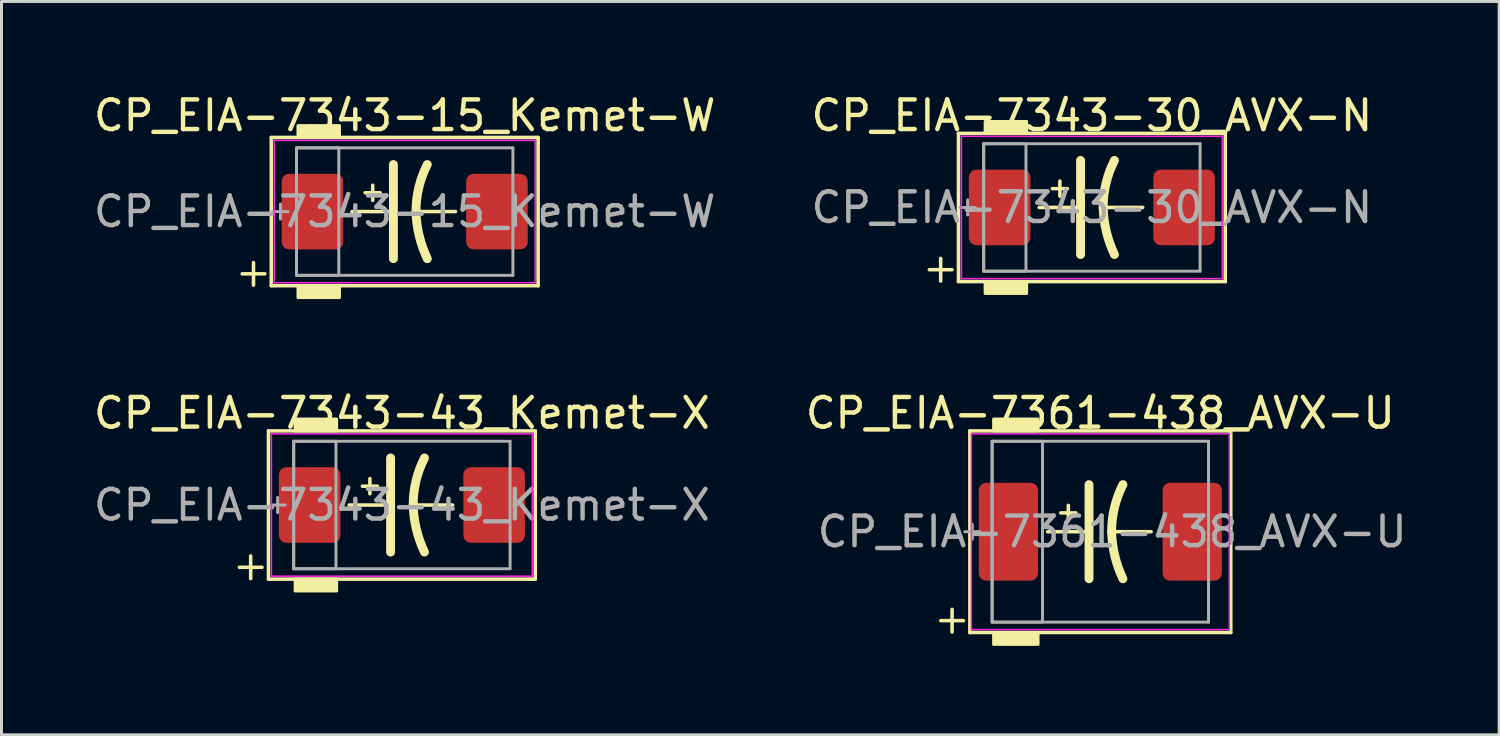
<source format=kicad_pcb>
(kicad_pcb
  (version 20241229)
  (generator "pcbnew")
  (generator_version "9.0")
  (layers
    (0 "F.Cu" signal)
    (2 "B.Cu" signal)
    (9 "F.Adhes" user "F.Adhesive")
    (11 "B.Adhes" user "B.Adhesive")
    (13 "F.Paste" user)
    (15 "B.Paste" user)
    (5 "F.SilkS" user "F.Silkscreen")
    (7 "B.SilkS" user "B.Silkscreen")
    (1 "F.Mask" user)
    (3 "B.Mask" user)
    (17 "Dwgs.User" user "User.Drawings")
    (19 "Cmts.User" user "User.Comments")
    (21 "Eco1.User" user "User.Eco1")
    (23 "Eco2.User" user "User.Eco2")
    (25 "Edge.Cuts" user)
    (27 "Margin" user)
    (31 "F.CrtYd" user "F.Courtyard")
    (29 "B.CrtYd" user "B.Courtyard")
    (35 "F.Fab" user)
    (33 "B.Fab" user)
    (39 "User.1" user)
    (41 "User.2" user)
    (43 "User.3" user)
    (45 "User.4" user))
  (footprint "CP_EIA-7361-438_AVX-U"
    (layer "F.Cu")
    (at 34.065 14.885)
    (property "Reference" "CP_EIA-7361-438_AVX-U" (at 0 -4 0) (layer "F.SilkS") (effects (font (size 1 1) (thickness 0.15))))
    (attr smd)
    (fp_line (start -5.381 3) (end -4.619 3) (stroke (width 0.12) (type solid)) (layer "F.SilkS"))
    (fp_line (start -5 2.619) (end -5 3.381) (stroke (width 0.12) (type solid)) (layer "F.SilkS"))
    (fp_line (start -4.4 -3.4) (end -4.4 3.4) (stroke (width 0.12) (type solid)) (layer "F.SilkS"))
    (fp_line (start -4.4 3.4) (end 4.4 3.4) (stroke (width 0.12) (type solid)) (layer "F.SilkS"))
    (fp_line (start -1.778 0) (end -0.381 0) (stroke (width 0.12) (type solid)) (layer "F.SilkS"))
    (fp_line (start -1.079 -0.381) (end -1.079 -0.889) (stroke (width 0.12) (type solid)) (layer "F.SilkS"))
    (fp_line (start -0.826 -0.635) (end -1.333 -0.635) (stroke (width 0.12) (type solid)) (layer "F.SilkS"))
    (fp_line (start -0.381 -1.587) (end -0.381 1.587) (stroke (width 0.3) (type solid)) (layer "F.SilkS"))
    (fp_line (start 1.714 0) (end 0.381 0) (stroke (width 0.12) (type solid)) (layer "F.SilkS"))
    (fp_line (start 4.4 -3.4) (end -4.4 -3.4) (stroke (width 0.12) (type solid)) (layer "F.SilkS"))
    (fp_line (start 4.4 3.4) (end 4.4 -3.4) (stroke (width 0.12) (type solid)) (layer "F.SilkS"))
    (fp_arc (start 0.381 0) (mid 0.477553 -0.816297) (end 0.762 -1.5875) (stroke (width 0.3) (type solid)) (layer "F.SilkS"))
    (fp_arc (start 0.762 1.5875) (mid 0.488774 0.813604) (end 0.381 0) (stroke (width 0.3) (type solid)) (layer "F.SilkS"))
    (fp_poly (pts (xy -2.1 -3.4) (xy -3.6 -3.4) (xy -3.6 -3.8) (xy -2.1 -3.8)) (stroke (width 0.1) (type solid)) (fill yes) (layer "F.SilkS"))
    (fp_poly (pts (xy -2.1 3.8) (xy -3.6 3.8) (xy -3.6 3.4) (xy -2.1 3.4)) (stroke (width 0.1) (type solid)) (fill yes) (layer "F.SilkS"))
    (fp_line (start -4.35 -3.3) (end 4.35 -3.3) (stroke (width 0.05) (type solid)) (layer "F.CrtYd"))
    (fp_line (start -4.35 3.3) (end -4.35 -3.3) (stroke (width 0.05) (type solid)) (layer "F.CrtYd"))
    (fp_line (start 4.35 -3.3) (end 4.35 3.3) (stroke (width 0.05) (type solid)) (layer "F.CrtYd"))
    (fp_line (start 4.35 3.3) (end -4.35 3.3) (stroke (width 0.05) (type solid)) (layer "F.CrtYd"))
    (fp_line (start -4.318 -0.254) (end -4.318 0.254) (stroke (width 0.1) (type solid)) (layer "F.Fab"))
    (fp_line (start -4.064 0) (end -4.572 0) (stroke (width 0.1) (type solid)) (layer "F.Fab"))
    (fp_line (start -3.65 -3.05) (end -3.65 3.05) (stroke (width 0.1) (type solid)) (layer "F.Fab"))
    (fp_line (start -3.65 3.05) (end 3.65 3.05) (stroke (width 0.1) (type solid)) (layer "F.Fab"))
    (fp_line (start 3.65 -3.05) (end -3.65 -3.05) (stroke (width 0.1) (type solid)) (layer "F.Fab"))
    (fp_line (start 3.65 3.05) (end 3.65 -3.05) (stroke (width 0.1) (type solid)) (layer "F.Fab"))
    (fp_rect (start -3.65 -3.05) (end -1.95 3.05) (stroke (width 0.1) (type solid)) (fill no) (layer "F.Fab"))
    (fp_text user "${REFERENCE}" (at 0.4 0 0) (layer "F.Fab") (effects (font (size 1 1) (thickness 0.15))))
    (pad "1" smd roundrect (at -3.1 0) (size 2 3.3) (layers "F.Cu" "F.Mask" "F.Paste") (roundrect_rratio 0.125))
    (pad "2" smd roundrect (at 3.1 0) (size 2 3.3) (layers "F.Cu" "F.Mask" "F.Paste") (roundrect_rratio 0.125)))
  (footprint "CP_EIA-7343-43_Kemet-X"
    (layer "F.Cu")
    (at 10.506 13.985)
    (property "Reference" "CP_EIA-7343-43_Kemet-X" (at 0 -3.1 0) (layer "F.SilkS") (effects (font (size 1 1) (thickness 0.15))))
    (attr smd)
    (fp_line (start -5.481 2.1) (end -4.719 2.1) (stroke (width 0.12) (type solid)) (layer "F.SilkS"))
    (fp_line (start -5.1 1.719) (end -5.1 2.481) (stroke (width 0.12) (type solid)) (layer "F.SilkS"))
    (fp_line (start -4.5 -2.5) (end -4.5 2.5) (stroke (width 0.12) (type solid)) (layer "F.SilkS"))
    (fp_line (start -4.5 2.5) (end 4.5 2.5) (stroke (width 0.12) (type solid)) (layer "F.SilkS"))
    (fp_line (start -1.778 0) (end -0.381 0) (stroke (width 0.12) (type solid)) (layer "F.SilkS"))
    (fp_line (start -1.079 -0.381) (end -1.079 -0.889) (stroke (width 0.12) (type solid)) (layer "F.SilkS"))
    (fp_line (start -0.826 -0.635) (end -1.333 -0.635) (stroke (width 0.12) (type solid)) (layer "F.SilkS"))
    (fp_line (start -0.381 -1.587) (end -0.381 1.587) (stroke (width 0.3) (type solid)) (layer "F.SilkS"))
    (fp_line (start 1.714 0) (end 0.381 0) (stroke (width 0.12) (type solid)) (layer "F.SilkS"))
    (fp_line (start 4.5 -2.5) (end -4.5 -2.5) (stroke (width 0.12) (type solid)) (layer "F.SilkS"))
    (fp_line (start 4.5 2.5) (end 4.5 -2.5) (stroke (width 0.12) (type solid)) (layer "F.SilkS"))
    (fp_arc (start 0.381 0) (mid 0.477553 -0.816297) (end 0.762 -1.5875) (stroke (width 0.3) (type solid)) (layer "F.SilkS"))
    (fp_arc (start 0.762 1.5875) (mid 0.488774 0.813604) (end 0.381 0) (stroke (width 0.3) (type solid)) (layer "F.SilkS"))
    (fp_poly (pts (xy -2.2 -2.5) (xy -3.6 -2.5) (xy -3.6 -2.9) (xy -2.2 -2.9)) (stroke (width 0.1) (type solid)) (fill yes) (layer "F.SilkS"))
    (fp_poly (pts (xy -2.2 2.9) (xy -3.6 2.9) (xy -3.6 2.5) (xy -2.2 2.5)) (stroke (width 0.1) (type solid)) (fill yes) (layer "F.SilkS"))
    (fp_line (start -4.4 -2.4) (end 4.4 -2.4) (stroke (width 0.05) (type solid)) (layer "F.CrtYd"))
    (fp_line (start -4.4 2.4) (end -4.4 -2.4) (stroke (width 0.05) (type solid)) (layer "F.CrtYd"))
    (fp_line (start 4.4 -2.4) (end 4.4 2.4) (stroke (width 0.05) (type solid)) (layer "F.CrtYd"))
    (fp_line (start 4.4 2.4) (end -4.4 2.4) (stroke (width 0.05) (type solid)) (layer "F.CrtYd"))
    (fp_line (start -4.191 -0.254) (end -4.191 0.254) (stroke (width 0.1) (type solid)) (layer "F.Fab"))
    (fp_line (start -3.937 0) (end -4.445 0) (stroke (width 0.1) (type solid)) (layer "F.Fab"))
    (fp_line (start -3.65 -2.15) (end -3.65 2.15) (stroke (width 0.1) (type solid)) (layer "F.Fab"))
    (fp_line (start -3.65 2.15) (end 3.65 2.15) (stroke (width 0.1) (type solid)) (layer "F.Fab"))
    (fp_line (start 3.65 -2.15) (end -3.65 -2.15) (stroke (width 0.1) (type solid)) (layer "F.Fab"))
    (fp_line (start 3.65 2.15) (end 3.65 -2.15) (stroke (width 0.1) (type solid)) (layer "F.Fab"))
    (fp_rect (start -3.65 -2.15) (end -2.223 2.15) (stroke (width 0.1) (type solid)) (fill no) (layer "F.Fab"))
    (fp_text user "${REFERENCE}" (at 0 0 0) (layer "F.Fab") (effects (font (size 1 1) (thickness 0.15))))
    (pad "1" smd roundrect (at -3.112 0) (size 2.075 2.55) (layers "F.Cu" "F.Mask" "F.Paste") (roundrect_rratio 0.12))
    (pad "2" smd roundrect (at 3.112 0) (size 2.075 2.55) (layers "F.Cu" "F.Mask" "F.Paste") (roundrect_rratio 0.12)))
  (footprint "CP_EIA-7343-30_AVX-N"
    (layer "F.Cu")
    (at 33.78 3.948)
    (property "Reference" "CP_EIA-7343-30_AVX-N" (at 0 -3.1 0) (layer "F.SilkS") (effects (font (size 1 1) (thickness 0.15))))
    (attr smd)
    (fp_line (start -5.481 2.1) (end -4.719 2.1) (stroke (width 0.12) (type solid)) (layer "F.SilkS"))
    (fp_line (start -5.1 1.719) (end -5.1 2.481) (stroke (width 0.12) (type solid)) (layer "F.SilkS"))
    (fp_line (start -4.5 -2.5) (end -4.5 2.5) (stroke (width 0.12) (type solid)) (layer "F.SilkS"))
    (fp_line (start -4.5 2.5) (end 4.5 2.5) (stroke (width 0.12) (type solid)) (layer "F.SilkS"))
    (fp_line (start -1.778 0) (end -0.381 0) (stroke (width 0.12) (type solid)) (layer "F.SilkS"))
    (fp_line (start -1.079 -0.381) (end -1.079 -0.889) (stroke (width 0.12) (type solid)) (layer "F.SilkS"))
    (fp_line (start -0.826 -0.635) (end -1.333 -0.635) (stroke (width 0.12) (type solid)) (layer "F.SilkS"))
    (fp_line (start -0.381 -1.587) (end -0.381 1.587) (stroke (width 0.3) (type solid)) (layer "F.SilkS"))
    (fp_line (start 1.714 0) (end 0.381 0) (stroke (width 0.12) (type solid)) (layer "F.SilkS"))
    (fp_line (start 4.5 -2.5) (end -4.5 -2.5) (stroke (width 0.12) (type solid)) (layer "F.SilkS"))
    (fp_line (start 4.5 2.5) (end 4.5 -2.5) (stroke (width 0.12) (type solid)) (layer "F.SilkS"))
    (fp_arc (start 0.381 0) (mid 0.477553 -0.816297) (end 0.762 -1.5875) (stroke (width 0.3) (type solid)) (layer "F.SilkS"))
    (fp_arc (start 0.762 1.5875) (mid 0.488774 0.813604) (end 0.381 0) (stroke (width 0.3) (type solid)) (layer "F.SilkS"))
    (fp_poly (pts (xy -2.2 -2.5) (xy -3.6 -2.5) (xy -3.6 -2.9) (xy -2.2 -2.9)) (stroke (width 0.1) (type solid)) (fill yes) (layer "F.SilkS"))
    (fp_poly (pts (xy -2.2 2.9) (xy -3.6 2.9) (xy -3.6 2.5) (xy -2.2 2.5)) (stroke (width 0.1) (type solid)) (fill yes) (layer "F.SilkS"))
    (fp_line (start -4.4 -2.4) (end 4.4 -2.4) (stroke (width 0.05) (type solid)) (layer "F.CrtYd"))
    (fp_line (start -4.4 2.4) (end -4.4 -2.4) (stroke (width 0.05) (type solid)) (layer "F.CrtYd"))
    (fp_line (start 4.4 -2.4) (end 4.4 2.4) (stroke (width 0.05) (type solid)) (layer "F.CrtYd"))
    (fp_line (start 4.4 2.4) (end -4.4 2.4) (stroke (width 0.05) (type solid)) (layer "F.CrtYd"))
    (fp_line (start -4.191 -0.254) (end -4.191 0.254) (stroke (width 0.1) (type solid)) (layer "F.Fab"))
    (fp_line (start -3.937 0) (end -4.445 0) (stroke (width 0.1) (type solid)) (layer "F.Fab"))
    (fp_line (start -3.65 -2.15) (end -3.65 2.15) (stroke (width 0.1) (type solid)) (layer "F.Fab"))
    (fp_line (start -3.65 2.15) (end 3.65 2.15) (stroke (width 0.1) (type solid)) (layer "F.Fab"))
    (fp_line (start 3.65 -2.15) (end -3.65 -2.15) (stroke (width 0.1) (type solid)) (layer "F.Fab"))
    (fp_line (start 3.65 2.15) (end 3.65 -2.15) (stroke (width 0.1) (type solid)) (layer "F.Fab"))
    (fp_rect (start -3.65 -2.15) (end -2.223 2.15) (stroke (width 0.1) (type solid)) (fill no) (layer "F.Fab"))
    (fp_text user "${REFERENCE}" (at 0 0 0) (layer "F.Fab") (effects (font (size 1 1) (thickness 0.15))))
    (pad "1" smd roundrect (at -3.112 0) (size 2.075 2.55) (layers "F.Cu" "F.Mask" "F.Paste") (roundrect_rratio 0.12))
    (pad "2" smd roundrect (at 3.112 0) (size 2.075 2.55) (layers "F.Cu" "F.Mask" "F.Paste") (roundrect_rratio 0.12)))
  (footprint "CP_EIA-7343-15_Kemet-W"
    (layer "F.Cu")
    (at 10.601 4.087)
    (property "Reference" "CP_EIA-7343-15_Kemet-W" (at 0 -3.239 0) (layer "F.SilkS") (effects (font (size 1 1) (thickness 0.15))))
    (attr smd)
    (fp_line (start -5.481 2.1) (end -4.719 2.1) (stroke (width 0.12) (type solid)) (layer "F.SilkS"))
    (fp_line (start -5.1 1.719) (end -5.1 2.481) (stroke (width 0.12) (type solid)) (layer "F.SilkS"))
    (fp_line (start -4.5 -2.5) (end -4.5 2.5) (stroke (width 0.12) (type solid)) (layer "F.SilkS"))
    (fp_line (start -4.5 2.5) (end 4.5 2.5) (stroke (width 0.12) (type solid)) (layer "F.SilkS"))
    (fp_line (start -1.778 0) (end -0.381 0) (stroke (width 0.12) (type solid)) (layer "F.SilkS"))
    (fp_line (start -1.079 -0.381) (end -1.079 -0.889) (stroke (width 0.12) (type solid)) (layer "F.SilkS"))
    (fp_line (start -0.826 -0.635) (end -1.333 -0.635) (stroke (width 0.12) (type solid)) (layer "F.SilkS"))
    (fp_line (start -0.381 -1.587) (end -0.381 1.587) (stroke (width 0.3) (type solid)) (layer "F.SilkS"))
    (fp_line (start 1.714 0) (end 0.381 0) (stroke (width 0.12) (type solid)) (layer "F.SilkS"))
    (fp_line (start 4.5 -2.5) (end -4.5 -2.5) (stroke (width 0.12) (type solid)) (layer "F.SilkS"))
    (fp_line (start 4.5 2.5) (end 4.5 -2.5) (stroke (width 0.12) (type solid)) (layer "F.SilkS"))
    (fp_arc (start 0.381 0) (mid 0.477554 -0.816297) (end 0.762 -1.5875) (stroke (width 0.3) (type solid)) (layer "F.SilkS"))
    (fp_arc (start 0.762 1.5875) (mid 0.488774 0.813604) (end 0.381 0) (stroke (width 0.3) (type solid)) (layer "F.SilkS"))
    (fp_poly (pts (xy -2.2 -2.5) (xy -3.6 -2.5) (xy -3.6 -2.9) (xy -2.2 -2.9)) (stroke (width 0.1) (type solid)) (fill yes) (layer "F.SilkS"))
    (fp_poly (pts (xy -2.2 2.9) (xy -3.6 2.9) (xy -3.6 2.5) (xy -2.2 2.5)) (stroke (width 0.1) (type solid)) (fill yes) (layer "F.SilkS"))
    (fp_line (start -4.4 -2.4) (end 4.4 -2.4) (stroke (width 0.05) (type solid)) (layer "F.CrtYd"))
    (fp_line (start -4.4 2.4) (end -4.4 -2.4) (stroke (width 0.05) (type solid)) (layer "F.CrtYd"))
    (fp_line (start 4.4 -2.4) (end 4.4 2.4) (stroke (width 0.05) (type solid)) (layer "F.CrtYd"))
    (fp_line (start 4.4 2.4) (end -4.4 2.4) (stroke (width 0.05) (type solid)) (layer "F.CrtYd"))
    (fp_line (start -4.191 -0.254) (end -4.191 0.254) (stroke (width 0.1) (type solid)) (layer "F.Fab"))
    (fp_line (start -3.937 0) (end -4.445 0) (stroke (width 0.1) (type solid)) (layer "F.Fab"))
    (fp_line (start -3.65 -2.15) (end -3.65 2.15) (stroke (width 0.1) (type solid)) (layer "F.Fab"))
    (fp_line (start -3.65 2.15) (end 3.65 2.15) (stroke (width 0.1) (type solid)) (layer "F.Fab"))
    (fp_line (start 3.65 -2.15) (end -3.65 -2.15) (stroke (width 0.1) (type solid)) (layer "F.Fab"))
    (fp_line (start 3.65 2.15) (end 3.65 -2.15) (stroke (width 0.1) (type solid)) (layer "F.Fab"))
    (fp_rect (start -3.65 -2.15) (end -2.223 2.15) (stroke (width 0.1) (type solid)) (fill no) (layer "F.Fab"))
    (fp_text user "${REFERENCE}" (at 0 0 0) (layer "F.Fab") (effects (font (size 1 1) (thickness 0.15))))
    (pad "1" smd roundrect (at -3.112 0) (size 2.075 2.55) (layers "F.Cu" "F.Mask" "F.Paste") (roundrect_rratio 0.12))
    (pad "2" smd roundrect (at 3.112 0) (size 2.075 2.55) (layers "F.Cu" "F.Mask" "F.Paste") (roundrect_rratio 0.12)))
  (gr_rect
    (start -3 -3)
    (end 47.519 21.735)
    (stroke (width 0.1) (type default))
    (fill no)
    (layer "Edge.Cuts")))
</source>
